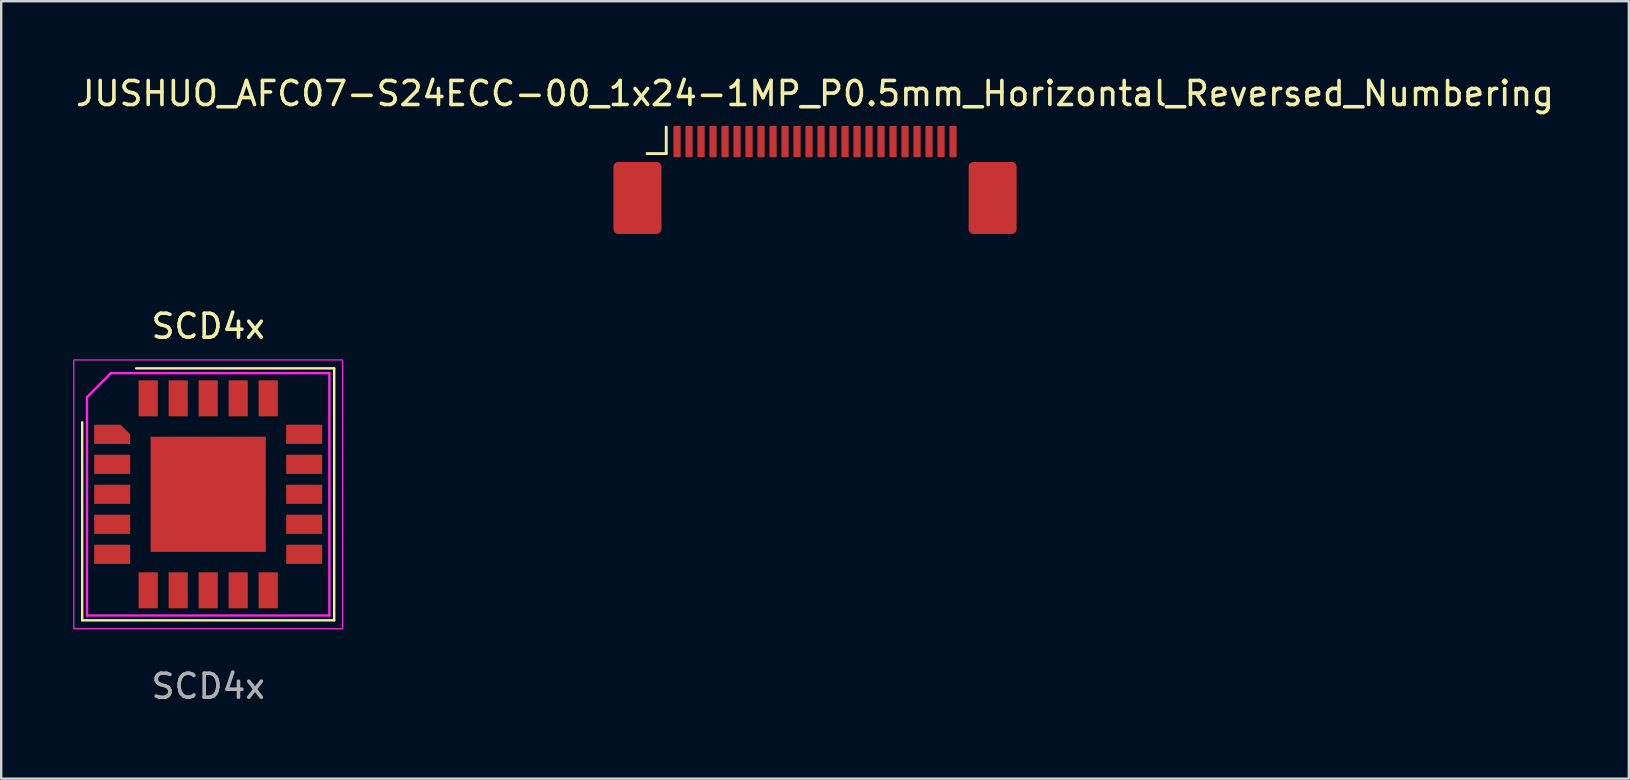
<source format=kicad_pcb>
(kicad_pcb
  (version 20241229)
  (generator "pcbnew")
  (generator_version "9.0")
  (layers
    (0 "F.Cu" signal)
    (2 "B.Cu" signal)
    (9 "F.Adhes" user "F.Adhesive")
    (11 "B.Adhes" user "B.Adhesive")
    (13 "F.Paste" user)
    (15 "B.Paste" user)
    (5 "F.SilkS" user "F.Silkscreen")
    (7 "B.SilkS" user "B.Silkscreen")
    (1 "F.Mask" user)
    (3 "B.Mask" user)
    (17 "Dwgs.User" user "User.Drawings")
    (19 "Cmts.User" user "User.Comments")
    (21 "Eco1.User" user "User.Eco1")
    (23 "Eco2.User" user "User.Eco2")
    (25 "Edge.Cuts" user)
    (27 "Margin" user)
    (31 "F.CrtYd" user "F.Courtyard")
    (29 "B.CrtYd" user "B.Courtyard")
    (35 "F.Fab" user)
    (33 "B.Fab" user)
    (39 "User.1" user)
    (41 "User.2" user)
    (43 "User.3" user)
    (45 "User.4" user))
  (footprint "SCD4x"
    (layer "F.Cu")
    (at 5.625 17.547)
    (property "Reference" "SCD4x" (at 0 -7 0) (unlocked yes) (layer "F.SilkS") (effects (font (size 1 1) (thickness 0.15))))
    (attr smd)
    (fp_line (start -5.25 5.25) (end -5.25 -3) (stroke (width 0.1) (type solid)) (layer "F.SilkS"))
    (fp_line (start -3 -5.25) (end 5.25 -5.25) (stroke (width 0.1) (type solid)) (layer "F.SilkS"))
    (fp_line (start 5.25 -5.25) (end 5.25 5.25) (stroke (width 0.1) (type solid)) (layer "F.SilkS"))
    (fp_line (start 5.25 5.25) (end -5.25 5.25) (stroke (width 0.1) (type solid)) (layer "F.SilkS"))
    (fp_rect (start -2.15 -2.15) (end -0.35 -0.35) (stroke (width 0) (type solid)) (fill yes) (layer "F.Paste"))
    (fp_rect (start -2.15 0.35) (end -0.35 2.15) (stroke (width 0) (type solid)) (fill yes) (layer "F.Paste"))
    (fp_rect (start 0.35 -2.15) (end 2.15 -0.35) (stroke (width 0) (type solid)) (fill yes) (layer "F.Paste"))
    (fp_rect (start 0.35 0.35) (end 2.15 2.15) (stroke (width 0) (type solid)) (fill yes) (layer "F.Paste"))
    (fp_line (start -5.05 5.05) (end -5.05 -4.05) (stroke (width 0.1) (type solid)) (layer "F.CrtYd"))
    (fp_line (start -4.05 -5.05) (end -5.05 -4.05) (stroke (width 0.1) (type solid)) (layer "F.CrtYd"))
    (fp_line (start -4.05 -5.05) (end 5.05 -5.05) (stroke (width 0.1) (type solid)) (layer "F.CrtYd"))
    (fp_line (start 5.05 -5.05) (end 5.05 5.05) (stroke (width 0.1) (type solid)) (layer "F.CrtYd"))
    (fp_line (start 5.05 5.05) (end -5.05 5.05) (stroke (width 0.1) (type solid)) (layer "F.CrtYd"))
    (fp_rect (start -5.6 -5.6) (end 5.6 5.6) (stroke (width 0.05) (type solid)) (fill no) (layer "F.CrtYd"))
    (fp_text user "${REFERENCE}" (at 0 8 0) (unlocked yes) (layer "F.Fab") (effects (font (size 1 1) (thickness 0.15))))
    (pad "1" smd roundrect (at -4 -2.5) (size 1.5 0.8) (layers "F.Cu" "F.Mask" "F.Paste") (roundrect_rratio 0) (chamfer_ratio 0.5) (chamfer top_right))
    (pad "2" smd rect (at -4 -1.25) (size 1.5 0.8) (layers "F.Cu" "F.Mask" "F.Paste"))
    (pad "3" smd rect (at -4 0) (size 1.5 0.8) (layers "F.Cu" "F.Mask" "F.Paste"))
    (pad "4" smd rect (at -4 1.25) (size 1.5 0.8) (layers "F.Cu" "F.Mask" "F.Paste"))
    (pad "5" smd rect (at -4 2.5) (size 1.5 0.8) (layers "F.Cu" "F.Mask" "F.Paste"))
    (pad "6" smd rect (at -2.5 4 90) (size 1.5 0.8) (layers "F.Cu" "F.Mask" "F.Paste"))
    (pad "7" smd rect (at -1.25 4 90) (size 1.5 0.8) (layers "F.Cu" "F.Mask" "F.Paste"))
    (pad "8" smd rect (at 0 4 90) (size 1.5 0.8) (layers "F.Cu" "F.Mask" "F.Paste"))
    (pad "9" smd rect (at 1.25 4 90) (size 1.5 0.8) (layers "F.Cu" "F.Mask" "F.Paste"))
    (pad "10" smd rect (at 2.5 4 90) (size 1.5 0.8) (layers "F.Cu" "F.Mask" "F.Paste"))
    (pad "11" smd rect (at 4 2.5) (size 1.5 0.8) (layers "F.Cu" "F.Mask" "F.Paste"))
    (pad "12" smd rect (at 4 1.25) (size 1.5 0.8) (layers "F.Cu" "F.Mask" "F.Paste"))
    (pad "13" smd rect (at 4 0) (size 1.5 0.8) (layers "F.Cu" "F.Mask" "F.Paste"))
    (pad "14" smd rect (at 4 -1.25) (size 1.5 0.8) (layers "F.Cu" "F.Mask" "F.Paste"))
    (pad "15" smd rect (at 4 -2.5) (size 1.5 0.8) (layers "F.Cu" "F.Mask" "F.Paste"))
    (pad "16" smd rect (at 2.5 -4 90) (size 1.5 0.8) (layers "F.Cu" "F.Mask" "F.Paste"))
    (pad "17" smd rect (at 1.25 -4 90) (size 1.5 0.8) (layers "F.Cu" "F.Mask" "F.Paste"))
    (pad "18" smd rect (at 0 -4 90) (size 1.5 0.8) (layers "F.Cu" "F.Mask" "F.Paste"))
    (pad "19" smd rect (at -1.25 -4 90) (size 1.5 0.8) (layers "F.Cu" "F.Mask" "F.Paste"))
    (pad "20" smd rect (at -2.5 -4 90) (size 1.5 0.8) (layers "F.Cu" "F.Mask" "F.Paste"))
    (pad "21" smd rect (at 0 0) (size 4.8 4.8) (layers "F.Cu" "F.Mask")))
  (footprint "JUSHUO_AFC07-S24ECC-00_1x24-1MP_P0.5mm_Horizontal_Reversed_Numbering"
    (layer "F.Cu")
    (at 30.911 2.848)
    (property "Reference" "JUSHUO_AFC07-S24ECC-00_1x24-1MP_P0.5mm_Horizontal_Reversed_Numbering" (at 0 -2 0) (unlocked yes) (layer "F.SilkS") (effects (font (size 1 1) (thickness 0.15))))
    (attr smd)
    (fp_line (start -7 0.5) (end -6.2 0.5) (stroke (width 0.12) (type solid)) (layer "F.SilkS"))
    (fp_line (start -6.2 0.5) (end -6.2 -0.6) (stroke (width 0.12) (type solid)) (layer "F.SilkS"))
    (pad "1" smd roundrect (at 5.75 0) (size 0.3 1.3) (layers "F.Cu" "F.Mask" "F.Paste") (roundrect_rratio 0.1))
    (pad "2" smd roundrect (at 5.25 0) (size 0.3 1.3) (layers "F.Cu" "F.Mask" "F.Paste") (roundrect_rratio 0.1))
    (pad "3" smd roundrect (at 4.75 0) (size 0.3 1.3) (layers "F.Cu" "F.Mask" "F.Paste") (roundrect_rratio 0.1))
    (pad "4" smd roundrect (at 4.25 0) (size 0.3 1.3) (layers "F.Cu" "F.Mask" "F.Paste") (roundrect_rratio 0.1))
    (pad "5" smd roundrect (at 3.75 0) (size 0.3 1.3) (layers "F.Cu" "F.Mask" "F.Paste") (roundrect_rratio 0.1))
    (pad "6" smd roundrect (at 3.25 0) (size 0.3 1.3) (layers "F.Cu" "F.Mask" "F.Paste") (roundrect_rratio 0.1))
    (pad "7" smd roundrect (at 2.75 0) (size 0.3 1.3) (layers "F.Cu" "F.Mask" "F.Paste") (roundrect_rratio 0.1))
    (pad "8" smd roundrect (at 2.25 0) (size 0.3 1.3) (layers "F.Cu" "F.Mask" "F.Paste") (roundrect_rratio 0.1))
    (pad "9" smd roundrect (at 1.75 0) (size 0.3 1.3) (layers "F.Cu" "F.Mask" "F.Paste") (roundrect_rratio 0.1))
    (pad "10" smd roundrect (at 1.25 0) (size 0.3 1.3) (layers "F.Cu" "F.Mask" "F.Paste") (roundrect_rratio 0.1))
    (pad "11" smd roundrect (at 0.75 0) (size 0.3 1.3) (layers "F.Cu" "F.Mask" "F.Paste") (roundrect_rratio 0.1))
    (pad "12" smd roundrect (at 0.25 0) (size 0.3 1.3) (layers "F.Cu" "F.Mask" "F.Paste") (roundrect_rratio 0.1))
    (pad "13" smd roundrect (at -0.25 0) (size 0.3 1.3) (layers "F.Cu" "F.Mask" "F.Paste") (roundrect_rratio 0.1))
    (pad "14" smd roundrect (at -0.75 0) (size 0.3 1.3) (layers "F.Cu" "F.Mask" "F.Paste") (roundrect_rratio 0.1))
    (pad "15" smd roundrect (at -1.25 0) (size 0.3 1.3) (layers "F.Cu" "F.Mask" "F.Paste") (roundrect_rratio 0.1))
    (pad "16" smd roundrect (at -1.75 0) (size 0.3 1.3) (layers "F.Cu" "F.Mask" "F.Paste") (roundrect_rratio 0.1))
    (pad "17" smd roundrect (at -2.25 0) (size 0.3 1.3) (layers "F.Cu" "F.Mask" "F.Paste") (roundrect_rratio 0.1))
    (pad "18" smd roundrect (at -2.75 0) (size 0.3 1.3) (layers "F.Cu" "F.Mask" "F.Paste") (roundrect_rratio 0.1))
    (pad "19" smd roundrect (at -3.25 0) (size 0.3 1.3) (layers "F.Cu" "F.Mask" "F.Paste") (roundrect_rratio 0.1))
    (pad "20" smd roundrect (at -3.75 0) (size 0.3 1.3) (layers "F.Cu" "F.Mask" "F.Paste") (roundrect_rratio 0.1))
    (pad "21" smd roundrect (at -4.25 0) (size 0.3 1.3) (layers "F.Cu" "F.Mask" "F.Paste") (roundrect_rratio 0.1))
    (pad "22" smd roundrect (at -4.75 0) (size 0.3 1.3) (layers "F.Cu" "F.Mask" "F.Paste") (roundrect_rratio 0.1))
    (pad "23" smd roundrect (at -5.25 0) (size 0.3 1.3) (layers "F.Cu" "F.Mask" "F.Paste") (roundrect_rratio 0.1))
    (pad "24" smd roundrect (at -5.75 0) (size 0.3 1.3) (layers "F.Cu" "F.Mask" "F.Paste") (roundrect_rratio 0.1))
    (pad "MP" smd roundrect (at -7.4 2.35) (size 2 3) (layers "F.Cu" "F.Mask" "F.Paste") (roundrect_rratio 0.1))
    (pad "MP" smd roundrect (at 7.4 2.35) (size 2 3) (layers "F.Cu" "F.Mask" "F.Paste") (roundrect_rratio 0.1)))
  (gr_rect
    (start -3 -3)
    (end 64.821 29.395)
    (stroke (width 0.1) (type default))
    (fill no)
    (layer "Edge.Cuts")))
</source>
